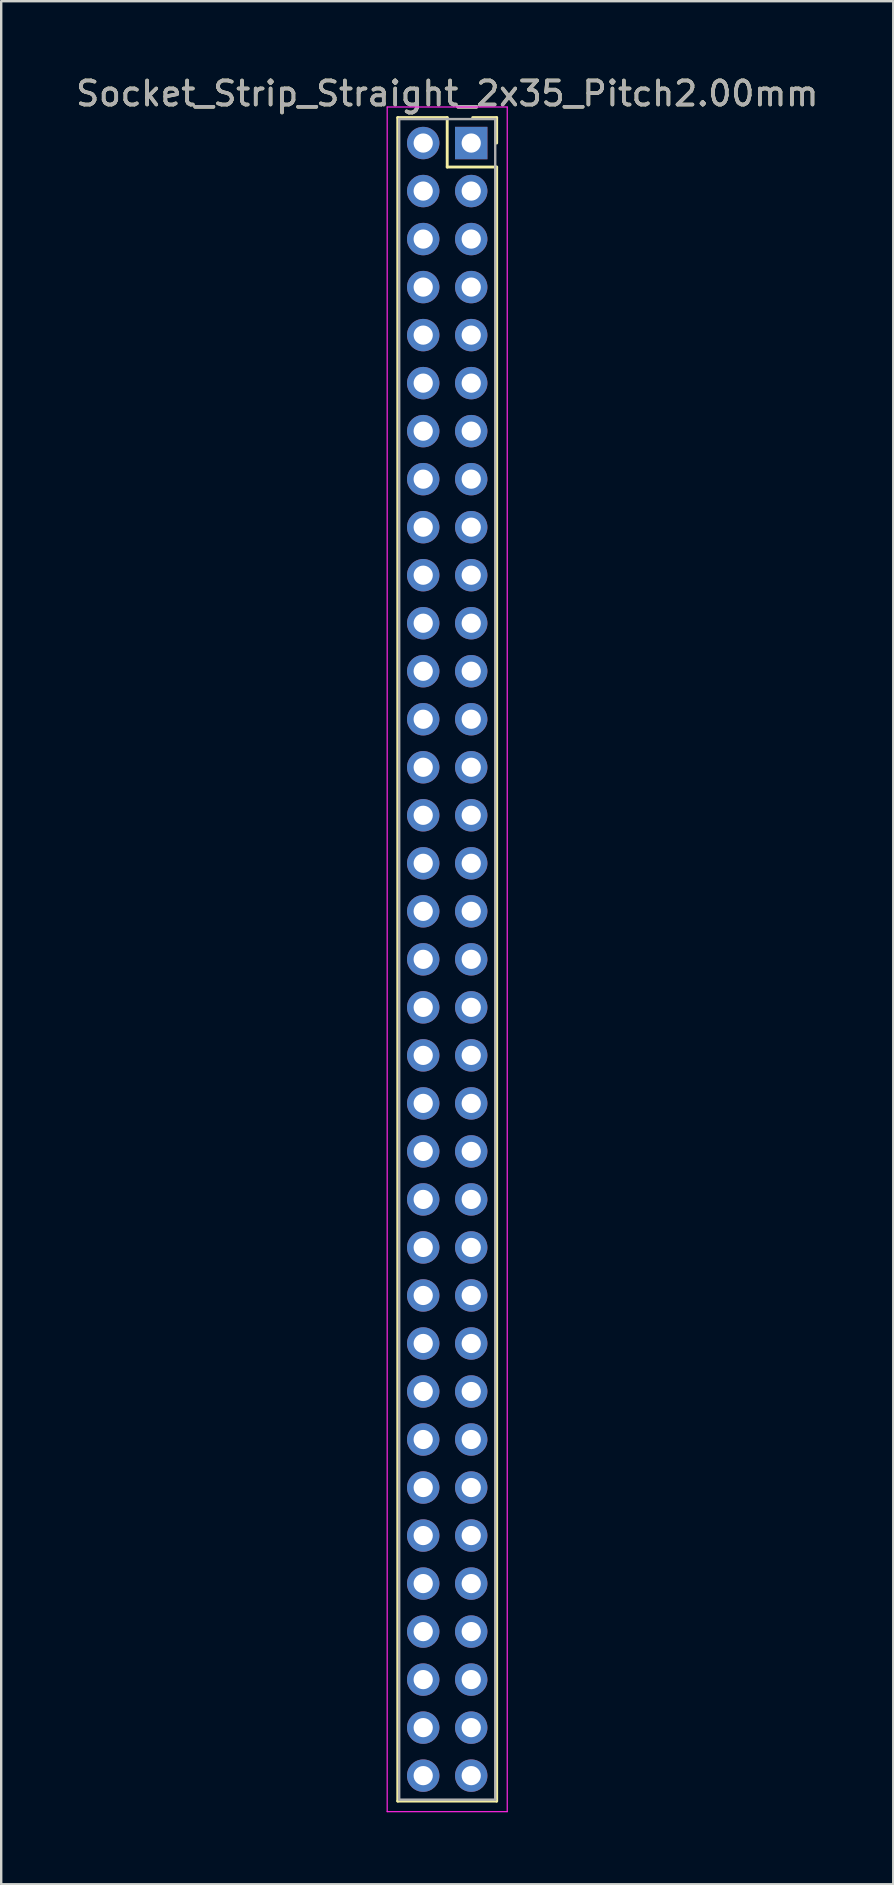
<source format=kicad_pcb>
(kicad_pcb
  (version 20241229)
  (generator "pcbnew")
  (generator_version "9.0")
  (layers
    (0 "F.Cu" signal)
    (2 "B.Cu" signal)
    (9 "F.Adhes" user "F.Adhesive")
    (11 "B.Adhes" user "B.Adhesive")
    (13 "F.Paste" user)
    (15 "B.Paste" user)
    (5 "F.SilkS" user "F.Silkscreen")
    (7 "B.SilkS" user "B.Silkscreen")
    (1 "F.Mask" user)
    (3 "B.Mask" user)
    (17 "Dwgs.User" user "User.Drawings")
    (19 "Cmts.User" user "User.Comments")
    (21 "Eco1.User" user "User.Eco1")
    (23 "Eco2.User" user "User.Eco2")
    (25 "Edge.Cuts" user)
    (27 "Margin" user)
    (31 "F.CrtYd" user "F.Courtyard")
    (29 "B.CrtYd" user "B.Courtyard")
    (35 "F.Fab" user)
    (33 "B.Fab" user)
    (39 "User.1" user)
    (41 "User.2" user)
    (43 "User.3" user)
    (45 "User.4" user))
  (footprint "Socket_Strip_Straight_2x35_Pitch2.00mm"
    (layer "F.Cu")
    (at 16.577 2.908)
    (property "Reference" "Socket_Strip_Straight_2x35_Pitch2.00mm" (at -1 -2.06 0) (layer "F.SilkS") (effects (font (size 1 1) (thickness 0.15))))
    (attr through_hole)
    (fp_line (start -3.06 -1.06) (end -1 -1.06) (stroke (width 0.12) (type solid)) (layer "F.SilkS"))
    (fp_line (start -3.06 69.06) (end -3.06 -1.06) (stroke (width 0.12) (type solid)) (layer "F.SilkS"))
    (fp_line (start -1 -1.06) (end -1 1) (stroke (width 0.12) (type solid)) (layer "F.SilkS"))
    (fp_line (start -1 1) (end 1.06 1) (stroke (width 0.12) (type solid)) (layer "F.SilkS"))
    (fp_line (start 1.06 -1.06) (end 0.06 -1.06) (stroke (width 0.12) (type solid)) (layer "F.SilkS"))
    (fp_line (start 1.06 0) (end 1.06 -1.06) (stroke (width 0.12) (type solid)) (layer "F.SilkS"))
    (fp_line (start 1.06 1) (end 1.06 69.06) (stroke (width 0.12) (type solid)) (layer "F.SilkS"))
    (fp_line (start 1.06 69.06) (end -3.06 69.06) (stroke (width 0.12) (type solid)) (layer "F.SilkS"))
    (fp_line (start -3.5 -1.5) (end -3.5 69.5) (stroke (width 0.05) (type solid)) (layer "F.CrtYd"))
    (fp_line (start -3.5 69.5) (end 1.5 69.5) (stroke (width 0.05) (type solid)) (layer "F.CrtYd"))
    (fp_line (start 1.5 -1.5) (end -3.5 -1.5) (stroke (width 0.05) (type solid)) (layer "F.CrtYd"))
    (fp_line (start 1.5 69.5) (end 1.5 -1.5) (stroke (width 0.05) (type solid)) (layer "F.CrtYd"))
    (fp_line (start -3 -1) (end -3 69) (stroke (width 0.1) (type solid)) (layer "F.Fab"))
    (fp_line (start -3 69) (end 1 69) (stroke (width 0.1) (type solid)) (layer "F.Fab"))
    (fp_line (start 1 -1) (end -3 -1) (stroke (width 0.1) (type solid)) (layer "F.Fab"))
    (fp_line (start 1 69) (end 1 -1) (stroke (width 0.1) (type solid)) (layer "F.Fab"))
    (fp_text user "${REFERENCE}" (at -1 -2.06 0) (layer "F.Fab") (effects (font (size 1 1) (thickness 0.15))))
    (pad "1" thru_hole rect (at 0 0) (size 1.35 1.35) (drill 0.8) (layers "*.Cu" "*.Mask"))
    (pad "2" thru_hole oval (at -2 0) (size 1.35 1.35) (drill 0.8) (layers "*.Cu" "*.Mask"))
    (pad "3" thru_hole oval (at 0 2) (size 1.35 1.35) (drill 0.8) (layers "*.Cu" "*.Mask"))
    (pad "4" thru_hole oval (at -2 2) (size 1.35 1.35) (drill 0.8) (layers "*.Cu" "*.Mask"))
    (pad "5" thru_hole oval (at 0 4) (size 1.35 1.35) (drill 0.8) (layers "*.Cu" "*.Mask"))
    (pad "6" thru_hole oval (at -2 4) (size 1.35 1.35) (drill 0.8) (layers "*.Cu" "*.Mask"))
    (pad "7" thru_hole oval (at 0 6) (size 1.35 1.35) (drill 0.8) (layers "*.Cu" "*.Mask"))
    (pad "8" thru_hole oval (at -2 6) (size 1.35 1.35) (drill 0.8) (layers "*.Cu" "*.Mask"))
    (pad "9" thru_hole oval (at 0 8) (size 1.35 1.35) (drill 0.8) (layers "*.Cu" "*.Mask"))
    (pad "10" thru_hole oval (at -2 8) (size 1.35 1.35) (drill 0.8) (layers "*.Cu" "*.Mask"))
    (pad "11" thru_hole oval (at 0 10) (size 1.35 1.35) (drill 0.8) (layers "*.Cu" "*.Mask"))
    (pad "12" thru_hole oval (at -2 10) (size 1.35 1.35) (drill 0.8) (layers "*.Cu" "*.Mask"))
    (pad "13" thru_hole oval (at 0 12) (size 1.35 1.35) (drill 0.8) (layers "*.Cu" "*.Mask"))
    (pad "14" thru_hole oval (at -2 12) (size 1.35 1.35) (drill 0.8) (layers "*.Cu" "*.Mask"))
    (pad "15" thru_hole oval (at 0 14) (size 1.35 1.35) (drill 0.8) (layers "*.Cu" "*.Mask"))
    (pad "16" thru_hole oval (at -2 14) (size 1.35 1.35) (drill 0.8) (layers "*.Cu" "*.Mask"))
    (pad "17" thru_hole oval (at 0 16) (size 1.35 1.35) (drill 0.8) (layers "*.Cu" "*.Mask"))
    (pad "18" thru_hole oval (at -2 16) (size 1.35 1.35) (drill 0.8) (layers "*.Cu" "*.Mask"))
    (pad "19" thru_hole oval (at 0 18) (size 1.35 1.35) (drill 0.8) (layers "*.Cu" "*.Mask"))
    (pad "20" thru_hole oval (at -2 18) (size 1.35 1.35) (drill 0.8) (layers "*.Cu" "*.Mask"))
    (pad "21" thru_hole oval (at 0 20) (size 1.35 1.35) (drill 0.8) (layers "*.Cu" "*.Mask"))
    (pad "22" thru_hole oval (at -2 20) (size 1.35 1.35) (drill 0.8) (layers "*.Cu" "*.Mask"))
    (pad "23" thru_hole oval (at 0 22) (size 1.35 1.35) (drill 0.8) (layers "*.Cu" "*.Mask"))
    (pad "24" thru_hole oval (at -2 22) (size 1.35 1.35) (drill 0.8) (layers "*.Cu" "*.Mask"))
    (pad "25" thru_hole oval (at 0 24) (size 1.35 1.35) (drill 0.8) (layers "*.Cu" "*.Mask"))
    (pad "26" thru_hole oval (at -2 24) (size 1.35 1.35) (drill 0.8) (layers "*.Cu" "*.Mask"))
    (pad "27" thru_hole oval (at 0 26) (size 1.35 1.35) (drill 0.8) (layers "*.Cu" "*.Mask"))
    (pad "28" thru_hole oval (at -2 26) (size 1.35 1.35) (drill 0.8) (layers "*.Cu" "*.Mask"))
    (pad "29" thru_hole oval (at 0 28) (size 1.35 1.35) (drill 0.8) (layers "*.Cu" "*.Mask"))
    (pad "30" thru_hole oval (at -2 28) (size 1.35 1.35) (drill 0.8) (layers "*.Cu" "*.Mask"))
    (pad "31" thru_hole oval (at 0 30) (size 1.35 1.35) (drill 0.8) (layers "*.Cu" "*.Mask"))
    (pad "32" thru_hole oval (at -2 30) (size 1.35 1.35) (drill 0.8) (layers "*.Cu" "*.Mask"))
    (pad "33" thru_hole oval (at 0 32) (size 1.35 1.35) (drill 0.8) (layers "*.Cu" "*.Mask"))
    (pad "34" thru_hole oval (at -2 32) (size 1.35 1.35) (drill 0.8) (layers "*.Cu" "*.Mask"))
    (pad "35" thru_hole oval (at 0 34) (size 1.35 1.35) (drill 0.8) (layers "*.Cu" "*.Mask"))
    (pad "36" thru_hole oval (at -2 34) (size 1.35 1.35) (drill 0.8) (layers "*.Cu" "*.Mask"))
    (pad "37" thru_hole oval (at 0 36) (size 1.35 1.35) (drill 0.8) (layers "*.Cu" "*.Mask"))
    (pad "38" thru_hole oval (at -2 36) (size 1.35 1.35) (drill 0.8) (layers "*.Cu" "*.Mask"))
    (pad "39" thru_hole oval (at 0 38) (size 1.35 1.35) (drill 0.8) (layers "*.Cu" "*.Mask"))
    (pad "40" thru_hole oval (at -2 38) (size 1.35 1.35) (drill 0.8) (layers "*.Cu" "*.Mask"))
    (pad "41" thru_hole oval (at 0 40) (size 1.35 1.35) (drill 0.8) (layers "*.Cu" "*.Mask"))
    (pad "42" thru_hole oval (at -2 40) (size 1.35 1.35) (drill 0.8) (layers "*.Cu" "*.Mask"))
    (pad "43" thru_hole oval (at 0 42) (size 1.35 1.35) (drill 0.8) (layers "*.Cu" "*.Mask"))
    (pad "44" thru_hole oval (at -2 42) (size 1.35 1.35) (drill 0.8) (layers "*.Cu" "*.Mask"))
    (pad "45" thru_hole oval (at 0 44) (size 1.35 1.35) (drill 0.8) (layers "*.Cu" "*.Mask"))
    (pad "46" thru_hole oval (at -2 44) (size 1.35 1.35) (drill 0.8) (layers "*.Cu" "*.Mask"))
    (pad "47" thru_hole oval (at 0 46) (size 1.35 1.35) (drill 0.8) (layers "*.Cu" "*.Mask"))
    (pad "48" thru_hole oval (at -2 46) (size 1.35 1.35) (drill 0.8) (layers "*.Cu" "*.Mask"))
    (pad "49" thru_hole oval (at 0 48) (size 1.35 1.35) (drill 0.8) (layers "*.Cu" "*.Mask"))
    (pad "50" thru_hole oval (at -2 48) (size 1.35 1.35) (drill 0.8) (layers "*.Cu" "*.Mask"))
    (pad "51" thru_hole oval (at 0 50) (size 1.35 1.35) (drill 0.8) (layers "*.Cu" "*.Mask"))
    (pad "52" thru_hole oval (at -2 50) (size 1.35 1.35) (drill 0.8) (layers "*.Cu" "*.Mask"))
    (pad "53" thru_hole oval (at 0 52) (size 1.35 1.35) (drill 0.8) (layers "*.Cu" "*.Mask"))
    (pad "54" thru_hole oval (at -2 52) (size 1.35 1.35) (drill 0.8) (layers "*.Cu" "*.Mask"))
    (pad "55" thru_hole oval (at 0 54) (size 1.35 1.35) (drill 0.8) (layers "*.Cu" "*.Mask"))
    (pad "56" thru_hole oval (at -2 54) (size 1.35 1.35) (drill 0.8) (layers "*.Cu" "*.Mask"))
    (pad "57" thru_hole oval (at 0 56) (size 1.35 1.35) (drill 0.8) (layers "*.Cu" "*.Mask"))
    (pad "58" thru_hole oval (at -2 56) (size 1.35 1.35) (drill 0.8) (layers "*.Cu" "*.Mask"))
    (pad "59" thru_hole oval (at 0 58) (size 1.35 1.35) (drill 0.8) (layers "*.Cu" "*.Mask"))
    (pad "60" thru_hole oval (at -2 58) (size 1.35 1.35) (drill 0.8) (layers "*.Cu" "*.Mask"))
    (pad "61" thru_hole oval (at 0 60) (size 1.35 1.35) (drill 0.8) (layers "*.Cu" "*.Mask"))
    (pad "62" thru_hole oval (at -2 60) (size 1.35 1.35) (drill 0.8) (layers "*.Cu" "*.Mask"))
    (pad "63" thru_hole oval (at 0 62) (size 1.35 1.35) (drill 0.8) (layers "*.Cu" "*.Mask"))
    (pad "64" thru_hole oval (at -2 62) (size 1.35 1.35) (drill 0.8) (layers "*.Cu" "*.Mask"))
    (pad "65" thru_hole oval (at 0 64) (size 1.35 1.35) (drill 0.8) (layers "*.Cu" "*.Mask"))
    (pad "66" thru_hole oval (at -2 64) (size 1.35 1.35) (drill 0.8) (layers "*.Cu" "*.Mask"))
    (pad "67" thru_hole oval (at 0 66) (size 1.35 1.35) (drill 0.8) (layers "*.Cu" "*.Mask"))
    (pad "68" thru_hole oval (at -2 66) (size 1.35 1.35) (drill 0.8) (layers "*.Cu" "*.Mask"))
    (pad "69" thru_hole oval (at 0 68) (size 1.35 1.35) (drill 0.8) (layers "*.Cu" "*.Mask"))
    (pad "70" thru_hole oval (at -2 68) (size 1.35 1.35) (drill 0.8) (layers "*.Cu" "*.Mask")))
  (gr_rect
    (start -3 -3)
    (end 34.155 75.433)
    (stroke (width 0.1) (type default))
    (fill no)
    (layer "Edge.Cuts")))
</source>
